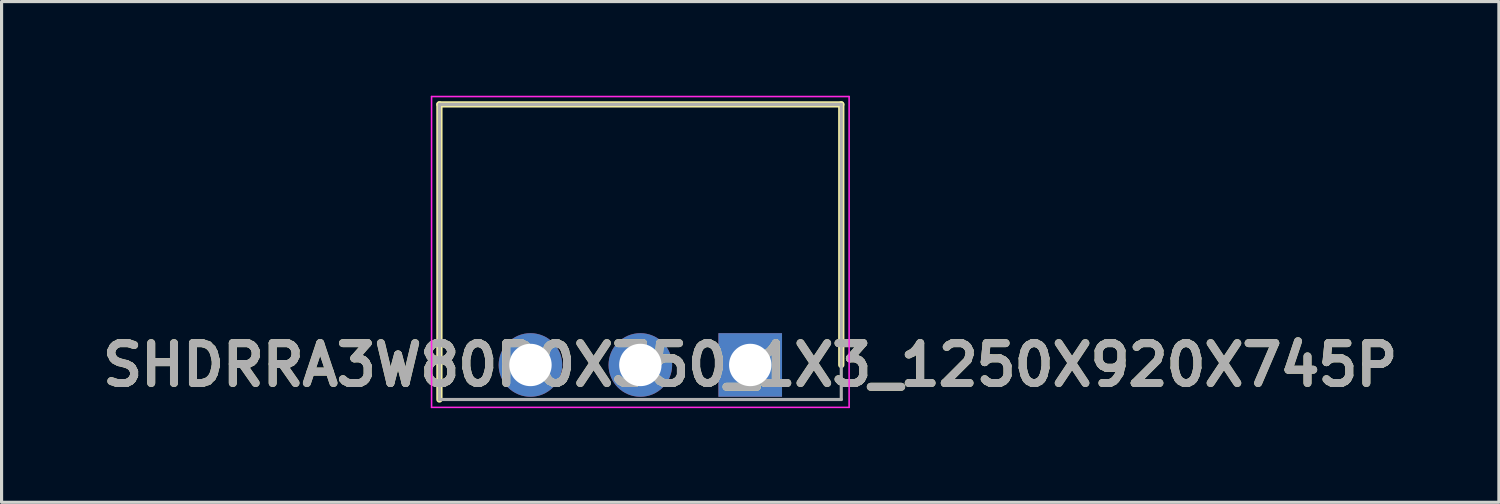
<source format=kicad_pcb>
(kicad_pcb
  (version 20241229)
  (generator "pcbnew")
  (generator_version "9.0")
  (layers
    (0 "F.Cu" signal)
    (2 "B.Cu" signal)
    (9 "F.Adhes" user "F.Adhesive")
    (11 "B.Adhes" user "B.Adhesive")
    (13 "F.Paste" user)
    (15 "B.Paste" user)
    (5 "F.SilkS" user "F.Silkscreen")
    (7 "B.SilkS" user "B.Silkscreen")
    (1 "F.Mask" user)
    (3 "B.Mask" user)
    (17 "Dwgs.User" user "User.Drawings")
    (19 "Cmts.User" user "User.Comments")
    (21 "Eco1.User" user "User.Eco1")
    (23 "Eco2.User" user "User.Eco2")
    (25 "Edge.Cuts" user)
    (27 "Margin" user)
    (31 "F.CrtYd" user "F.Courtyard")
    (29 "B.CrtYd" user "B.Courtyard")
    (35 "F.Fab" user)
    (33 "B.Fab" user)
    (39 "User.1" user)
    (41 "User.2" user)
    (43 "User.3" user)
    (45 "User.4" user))
  (footprint "SHDRRA3W80P0X350_1X3_1250X920X745P"
    (layer "F.Cu")
    (at 20.846 8.575)
    (property "Reference" "SHDRRA3W80P0X350_1X3_1250X920X745P" (at 0 0 0) (layer "F.SilkS") (effects (font (size 1.27 1.27) (thickness 0.254))))
    (attr through_hole)
    (fp_line (start -9.9 -8.3) (end -9.9 1.1) (stroke (width 0.2) (type solid)) (layer "F.SilkS"))
    (fp_line (start 2.9 -8.3) (end -9.9 -8.3) (stroke (width 0.2) (type solid)) (layer "F.SilkS"))
    (fp_line (start 2.9 0) (end 2.9 -8.3) (stroke (width 0.2) (type solid)) (layer "F.SilkS"))
    (fp_line (start -10.15 -8.55) (end 3.15 -8.55) (stroke (width 0.05) (type solid)) (layer "F.CrtYd"))
    (fp_line (start -10.15 1.35) (end -10.15 -8.55) (stroke (width 0.05) (type solid)) (layer "F.CrtYd"))
    (fp_line (start 3.15 -8.55) (end 3.15 1.35) (stroke (width 0.05) (type solid)) (layer "F.CrtYd"))
    (fp_line (start 3.15 1.35) (end -10.15 1.35) (stroke (width 0.05) (type solid)) (layer "F.CrtYd"))
    (fp_line (start -9.9 -8.3) (end 2.9 -8.3) (stroke (width 0.1) (type solid)) (layer "F.Fab"))
    (fp_line (start -9.9 1.1) (end -9.9 -8.3) (stroke (width 0.1) (type solid)) (layer "F.Fab"))
    (fp_line (start 2.9 -8.3) (end 2.9 1.1) (stroke (width 0.1) (type solid)) (layer "F.Fab"))
    (fp_line (start 2.9 1.1) (end -9.9 1.1) (stroke (width 0.1) (type solid)) (layer "F.Fab"))
    (fp_text user "${REFERENCE}" (at 0 0 0) (layer "F.Fab") (effects (font (size 1.27 1.27) (thickness 0.254))))
    (pad "1" thru_hole rect (at 0 0) (size 2.025 2.025) (drill 1.35) (layers "*.Cu" "*.Mask"))
    (pad "2" thru_hole circle (at -3.5 0) (size 2.025 2.025) (drill 1.35) (layers "*.Cu" "*.Mask"))
    (pad "3" thru_hole circle (at -7 0) (size 2.025 2.025) (drill 1.35) (layers "*.Cu" "*.Mask")))
  (gr_rect
    (start -3 -3)
    (end 44.692 12.95)
    (stroke (width 0.1) (type default))
    (fill no)
    (layer "Edge.Cuts")))
</source>
